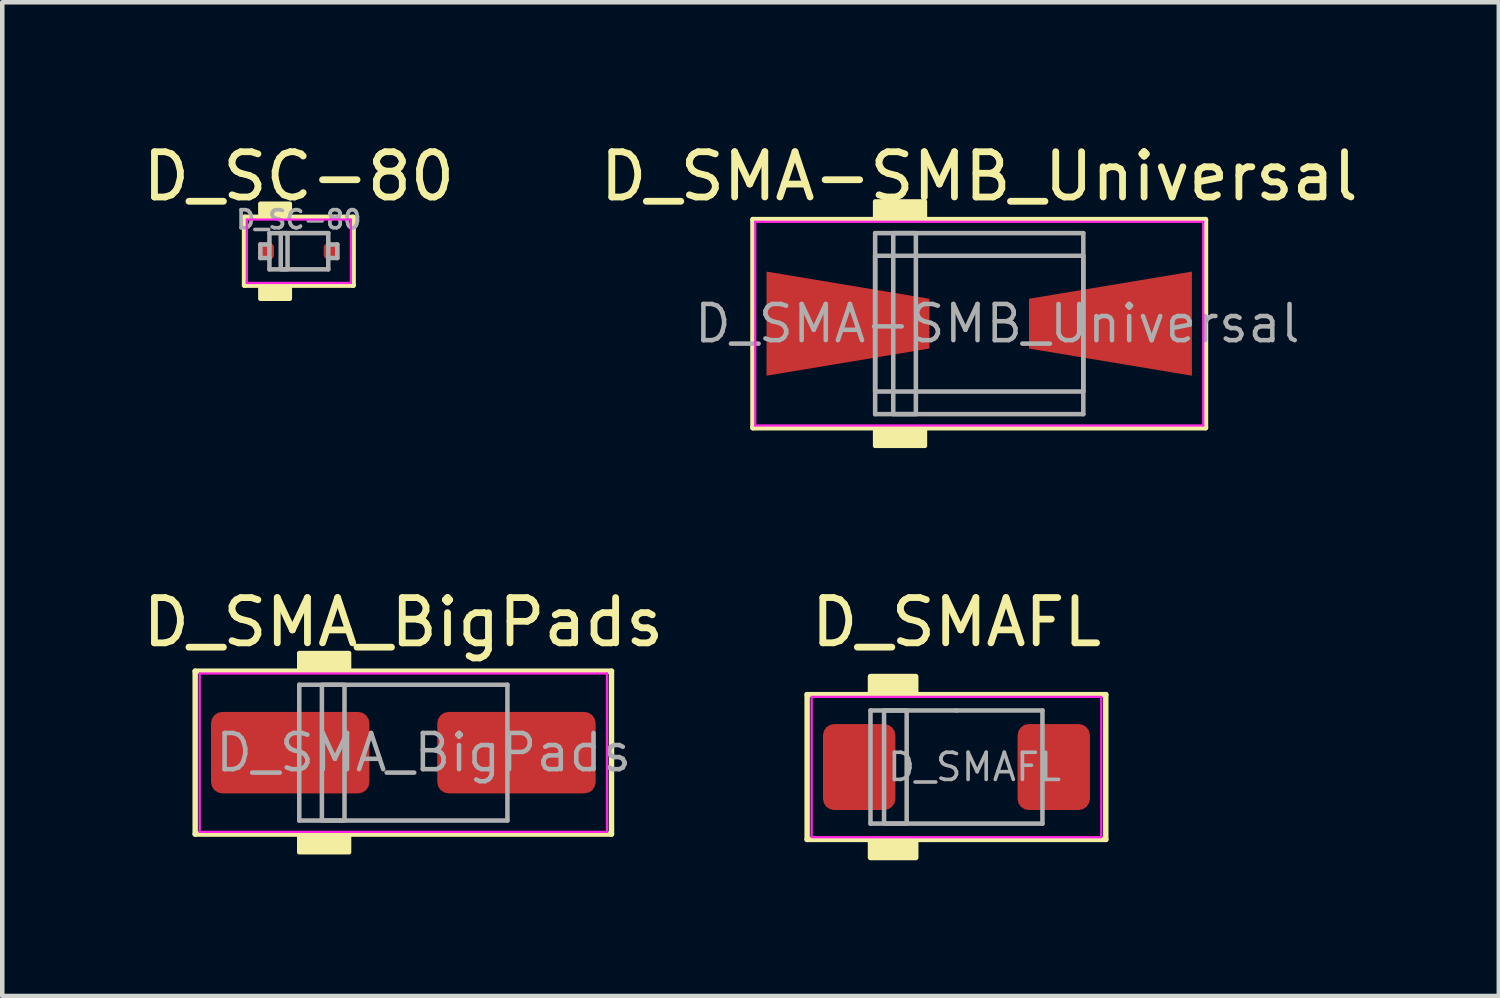
<source format=kicad_pcb>
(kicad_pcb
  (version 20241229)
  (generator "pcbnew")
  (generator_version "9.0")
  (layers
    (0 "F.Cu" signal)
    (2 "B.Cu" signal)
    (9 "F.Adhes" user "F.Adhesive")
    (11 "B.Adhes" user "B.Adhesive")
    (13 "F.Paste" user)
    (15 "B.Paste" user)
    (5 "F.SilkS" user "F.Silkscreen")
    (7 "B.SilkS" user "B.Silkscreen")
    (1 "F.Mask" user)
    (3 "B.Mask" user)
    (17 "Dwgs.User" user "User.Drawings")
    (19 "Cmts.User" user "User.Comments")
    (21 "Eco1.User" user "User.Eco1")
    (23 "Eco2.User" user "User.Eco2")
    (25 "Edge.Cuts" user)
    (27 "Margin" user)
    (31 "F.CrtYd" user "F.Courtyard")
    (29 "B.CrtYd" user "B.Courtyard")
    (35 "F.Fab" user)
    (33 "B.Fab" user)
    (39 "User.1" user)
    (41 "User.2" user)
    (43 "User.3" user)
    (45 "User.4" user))
  (footprint "D_SMA-SMB_Universal"
    (layer "F.Cu")
    (at 18.589 4.102)
    (property "Reference" "D_SMA-SMB_Universal" (at 0 -3.254 0) (layer "F.SilkS") (effects (font (size 1 1) (thickness 0.15))))
    (attr smd)
    (fp_line (start -5 -2.3) (end -5 2.3) (stroke (width 0.12) (type solid)) (layer "F.SilkS"))
    (fp_line (start -5 2.3) (end 5 2.3) (stroke (width 0.12) (type solid)) (layer "F.SilkS"))
    (fp_line (start 5 -2.3) (end -5 -2.3) (stroke (width 0.12) (type solid)) (layer "F.SilkS"))
    (fp_line (start 5 2.3) (end 5 -2.3) (stroke (width 0.12) (type solid)) (layer "F.SilkS"))
    (fp_poly (pts (xy -1.2 -2.3) (xy -2.3 -2.3) (xy -2.3 -2.7) (xy -1.2 -2.7)) (stroke (width 0.1) (type solid)) (fill yes) (layer "F.SilkS"))
    (fp_poly (pts (xy -1.2 2.7) (xy -2.3 2.7) (xy -2.3 2.3) (xy -1.2 2.3)) (stroke (width 0.1) (type solid)) (fill yes) (layer "F.SilkS"))
    (fp_line (start -4.95 -2.25) (end 4.95 -2.25) (stroke (width 0.05) (type solid)) (layer "F.CrtYd"))
    (fp_line (start -4.95 2.25) (end -4.95 -2.25) (stroke (width 0.05) (type solid)) (layer "F.CrtYd"))
    (fp_line (start 4.95 -2.25) (end 4.95 2.25) (stroke (width 0.05) (type solid)) (layer "F.CrtYd"))
    (fp_line (start 4.95 2.25) (end -4.95 2.25) (stroke (width 0.05) (type solid)) (layer "F.CrtYd"))
    (fp_line (start -2.3 1.5) (end -2.3 -1.5) (stroke (width 0.1) (type solid)) (layer "F.Fab"))
    (fp_line (start -2.3 2) (end -2.3 -2) (stroke (width 0.1) (type solid)) (layer "F.Fab"))
    (fp_line (start 2.3 -2) (end -2.3 -2) (stroke (width 0.1) (type solid)) (layer "F.Fab"))
    (fp_line (start 2.3 -2) (end 2.3 2) (stroke (width 0.1) (type solid)) (layer "F.Fab"))
    (fp_line (start 2.3 -1.5) (end -2.3 -1.5) (stroke (width 0.1) (type solid)) (layer "F.Fab"))
    (fp_line (start 2.3 -1.5) (end 2.3 1.5) (stroke (width 0.1) (type solid)) (layer "F.Fab"))
    (fp_line (start 2.3 1.5) (end -2.3 1.5) (stroke (width 0.1) (type solid)) (layer "F.Fab"))
    (fp_line (start 2.3 2) (end -2.3 2) (stroke (width 0.1) (type solid)) (layer "F.Fab"))
    (fp_rect (start -1.9 -2) (end -1.4 2) (stroke (width 0.1) (type solid)) (fill no) (layer "F.Fab"))
    (fp_text user "${REFERENCE}" (at 0.4 0 0) (layer "F.Fab") (effects (font (size 0.8 0.8) (thickness 0.1))))
    (pad "1" smd trapezoid (at -2.9 0) (size 3.6 1.7) (rect_delta 0.6 0) (layers "F.Cu" "F.Mask" "F.Paste"))
    (pad "2" smd trapezoid (at 2.9 0 180) (size 3.6 1.7) (rect_delta 0.6 0) (layers "F.Cu" "F.Mask" "F.Paste")))
  (footprint "D_SMAFL"
    (layer "F.Cu")
    (at 18.086 13.9)
    (property "Reference" "D_SMAFL" (at 0 -3.2 0) (unlocked yes) (layer "F.SilkS") (effects (font (size 1 1) (thickness 0.15))))
    (fp_line (start -3.3 -1.6) (end -3.3 1.6) (stroke (width 0.12) (type solid)) (layer "F.SilkS"))
    (fp_line (start -3.3 1.6) (end 3.3 1.6) (stroke (width 0.12) (type solid)) (layer "F.SilkS"))
    (fp_line (start 3.3 -1.6) (end -3.3 -1.6) (stroke (width 0.12) (type solid)) (layer "F.SilkS"))
    (fp_line (start 3.3 1.6) (end 3.3 -1.6) (stroke (width 0.12) (type solid)) (layer "F.SilkS"))
    (fp_rect (start -0.9 -2) (end -1.9 -1.6) (stroke (width 0.12) (type solid)) (fill yes) (layer "F.SilkS"))
    (fp_rect (start -0.9 1.6) (end -1.9 2) (stroke (width 0.12) (type solid)) (fill yes) (layer "F.SilkS"))
    (fp_rect (start -3.2 -1.55) (end 3.2 1.55) (stroke (width 0.05) (type solid)) (fill no) (layer "F.CrtYd"))
    (fp_line (start -1.9 -1.25) (end -1.9 1.25) (stroke (width 0.1) (type solid)) (layer "F.Fab"))
    (fp_line (start -1.9 1.25) (end 1.9 1.25) (stroke (width 0.1) (type solid)) (layer "F.Fab"))
    (fp_line (start 0 -1.25) (end -1.9 -1.25) (stroke (width 0.1) (type solid)) (layer "F.Fab"))
    (fp_line (start 1.9 -1.25) (end 0 -1.25) (stroke (width 0.1) (type solid)) (layer "F.Fab"))
    (fp_line (start 1.9 1.25) (end 1.9 -1.25) (stroke (width 0.1) (type solid)) (layer "F.Fab"))
    (fp_rect (start -1.6 -1.25) (end -1.1 1.25) (stroke (width 0.1) (type solid)) (fill no) (layer "F.Fab"))
    (fp_text user "${REFERENCE}" (at 0.4 0 0) (layer "F.Fab") (effects (font (size 0.6 0.6) (thickness 0.08))))
    (pad "1" smd roundrect (at -2.15 0) (size 1.6 1.9) (layers "F.Cu" "F.Mask" "F.Paste") (roundrect_rratio 0.156))
    (pad "2" smd roundrect (at 2.15 0) (size 1.6 1.9) (layers "F.Cu" "F.Mask" "F.Paste") (roundrect_rratio 0.156)))
  (footprint "D_SC-80"
    (layer "F.Cu")
    (at 3.554 2.502)
    (property "Reference" "D_SC-80" (at 0 -1.654 0) (layer "F.SilkS") (effects (font (size 1 1) (thickness 0.15))))
    (attr smd)
    (fp_line (start -1.2 -0.75) (end -1.2 0.75) (stroke (width 0.12) (type solid)) (layer "F.SilkS"))
    (fp_line (start -1.2 0.75) (end 1.2 0.75) (stroke (width 0.12) (type solid)) (layer "F.SilkS"))
    (fp_line (start 1.2 -0.75) (end -1.2 -0.75) (stroke (width 0.12) (type solid)) (layer "F.SilkS"))
    (fp_line (start 1.2 0.75) (end 1.2 -0.75) (stroke (width 0.12) (type solid)) (layer "F.SilkS"))
    (fp_poly (pts (xy -0.2 -0.75) (xy -0.85 -0.75) (xy -0.85 -1.05) (xy -0.2 -1.05)) (stroke (width 0.1) (type solid)) (fill yes) (layer "F.SilkS"))
    (fp_poly (pts (xy -0.2 1.05) (xy -0.85 1.05) (xy -0.85 0.75) (xy -0.2 0.75)) (stroke (width 0.1) (type solid)) (fill yes) (layer "F.SilkS"))
    (fp_line (start -1.15 -0.7) (end 1.1 -0.7) (stroke (width 0.05) (type solid)) (layer "F.CrtYd"))
    (fp_line (start -1.15 0.65) (end -1.15 -0.7) (stroke (width 0.05) (type solid)) (layer "F.CrtYd"))
    (fp_line (start -1.15 0.65) (end -1.15 0.7) (stroke (width 0.05) (type solid)) (layer "F.CrtYd"))
    (fp_line (start -1.15 0.7) (end -1.1 0.7) (stroke (width 0.05) (type solid)) (layer "F.CrtYd"))
    (fp_line (start 1.1 -0.7) (end 1.15 -0.7) (stroke (width 0.05) (type solid)) (layer "F.CrtYd"))
    (fp_line (start 1.15 -0.7) (end 1.15 -0.65) (stroke (width 0.05) (type solid)) (layer "F.CrtYd"))
    (fp_line (start 1.15 -0.65) (end 1.15 0.7) (stroke (width 0.05) (type solid)) (layer "F.CrtYd"))
    (fp_line (start 1.15 0.7) (end -1.1 0.7) (stroke (width 0.05) (type solid)) (layer "F.CrtYd"))
    (fp_line (start -0.85 -0.15) (end -0.85 0.15) (stroke (width 0.1) (type solid)) (layer "F.Fab"))
    (fp_line (start -0.85 0.15) (end -0.65 0.15) (stroke (width 0.1) (type solid)) (layer "F.Fab"))
    (fp_line (start -0.65 -0.4) (end 0.65 -0.4) (stroke (width 0.1) (type solid)) (layer "F.Fab"))
    (fp_line (start -0.65 -0.15) (end -0.85 -0.15) (stroke (width 0.1) (type solid)) (layer "F.Fab"))
    (fp_line (start -0.65 0.4) (end -0.65 -0.4) (stroke (width 0.1) (type solid)) (layer "F.Fab"))
    (fp_line (start 0.65 -0.4) (end 0.65 0.4) (stroke (width 0.1) (type solid)) (layer "F.Fab"))
    (fp_line (start 0.65 0.15) (end 0.85 0.15) (stroke (width 0.1) (type solid)) (layer "F.Fab"))
    (fp_line (start 0.65 0.4) (end -0.65 0.4) (stroke (width 0.1) (type solid)) (layer "F.Fab"))
    (fp_line (start 0.85 -0.15) (end 0.65 -0.15) (stroke (width 0.1) (type solid)) (layer "F.Fab"))
    (fp_line (start 0.85 0.15) (end 0.85 -0.15) (stroke (width 0.1) (type solid)) (layer "F.Fab"))
    (fp_rect (start -0.25 -0.4) (end -0.4 0.4) (stroke (width 0.1) (type solid)) (fill no) (layer "F.Fab"))
    (fp_text user "${REFERENCE}" (at 0 -0.7 0) (layer "F.Fab") (effects (font (size 0.4 0.4) (thickness 0.08))))
    (pad "1" smd roundrect (at -0.725 0) (size 0.35 0.35) (layers "F.Cu" "F.Mask" "F.Paste") (roundrect_rratio 0.25))
    (pad "2" smd roundrect (at 0.725 0) (size 0.35 0.35) (layers "F.Cu" "F.Mask" "F.Paste") (roundrect_rratio 0.25)))
  (footprint "D_SMA_BigPads"
    (layer "F.Cu")
    (at 5.863 13.582)
    (property "Reference" "D_SMA_BigPads" (at 0 -2.881 0) (layer "F.SilkS") (effects (font (size 1 1) (thickness 0.15))))
    (attr smd)
    (fp_line (start -4.6 -1.8) (end -4.6 1.8) (stroke (width 0.12) (type solid)) (layer "F.SilkS"))
    (fp_line (start -4.6 1.8) (end 4.6 1.8) (stroke (width 0.12) (type solid)) (layer "F.SilkS"))
    (fp_line (start 4.6 -1.8) (end -4.6 -1.8) (stroke (width 0.12) (type solid)) (layer "F.SilkS"))
    (fp_line (start 4.6 1.8) (end 4.6 -1.8) (stroke (width 0.12) (type solid)) (layer "F.SilkS"))
    (fp_poly (pts (xy -1.2 -1.8) (xy -2.3 -1.8) (xy -2.3 -2.2) (xy -1.2 -2.2)) (stroke (width 0.1) (type solid)) (fill yes) (layer "F.SilkS"))
    (fp_poly (pts (xy -1.2 2.2) (xy -2.3 2.2) (xy -2.3 1.8) (xy -1.2 1.8)) (stroke (width 0.1) (type solid)) (fill yes) (layer "F.SilkS"))
    (fp_line (start -4.5 -1.75) (end 4.5 -1.75) (stroke (width 0.05) (type solid)) (layer "F.CrtYd"))
    (fp_line (start -4.5 1.75) (end -4.5 -1.75) (stroke (width 0.05) (type solid)) (layer "F.CrtYd"))
    (fp_line (start 4.5 -1.75) (end 4.5 1.75) (stroke (width 0.05) (type solid)) (layer "F.CrtYd"))
    (fp_line (start 4.5 1.75) (end -4.5 1.75) (stroke (width 0.05) (type solid)) (layer "F.CrtYd"))
    (fp_line (start -2.3 1.5) (end -2.3 -1.5) (stroke (width 0.1) (type solid)) (layer "F.Fab"))
    (fp_line (start 2.3 -1.5) (end -2.3 -1.5) (stroke (width 0.1) (type solid)) (layer "F.Fab"))
    (fp_line (start 2.3 -1.5) (end 2.3 1.5) (stroke (width 0.1) (type solid)) (layer "F.Fab"))
    (fp_line (start 2.3 1.5) (end -2.3 1.5) (stroke (width 0.1) (type solid)) (layer "F.Fab"))
    (fp_rect (start -1.8 -1.5) (end -1.3 1.5) (stroke (width 0.1) (type solid)) (fill no) (layer "F.Fab"))
    (fp_text user "${REFERENCE}" (at 0.45 0 0) (layer "F.Fab") (effects (font (size 0.8 0.8) (thickness 0.1))))
    (pad "1" smd roundrect (at -2.5 0) (size 3.5 1.8) (layers "F.Cu" "F.Mask" "F.Paste") (roundrect_rratio 0.139))
    (pad "2" smd roundrect (at 2.5 0) (size 3.5 1.8) (layers "F.Cu" "F.Mask" "F.Paste") (roundrect_rratio 0.139)))
  (gr_rect
    (start -3 -3)
    (end 30.071 18.96)
    (stroke (width 0.1) (type default))
    (fill no)
    (layer "Edge.Cuts")))
</source>
